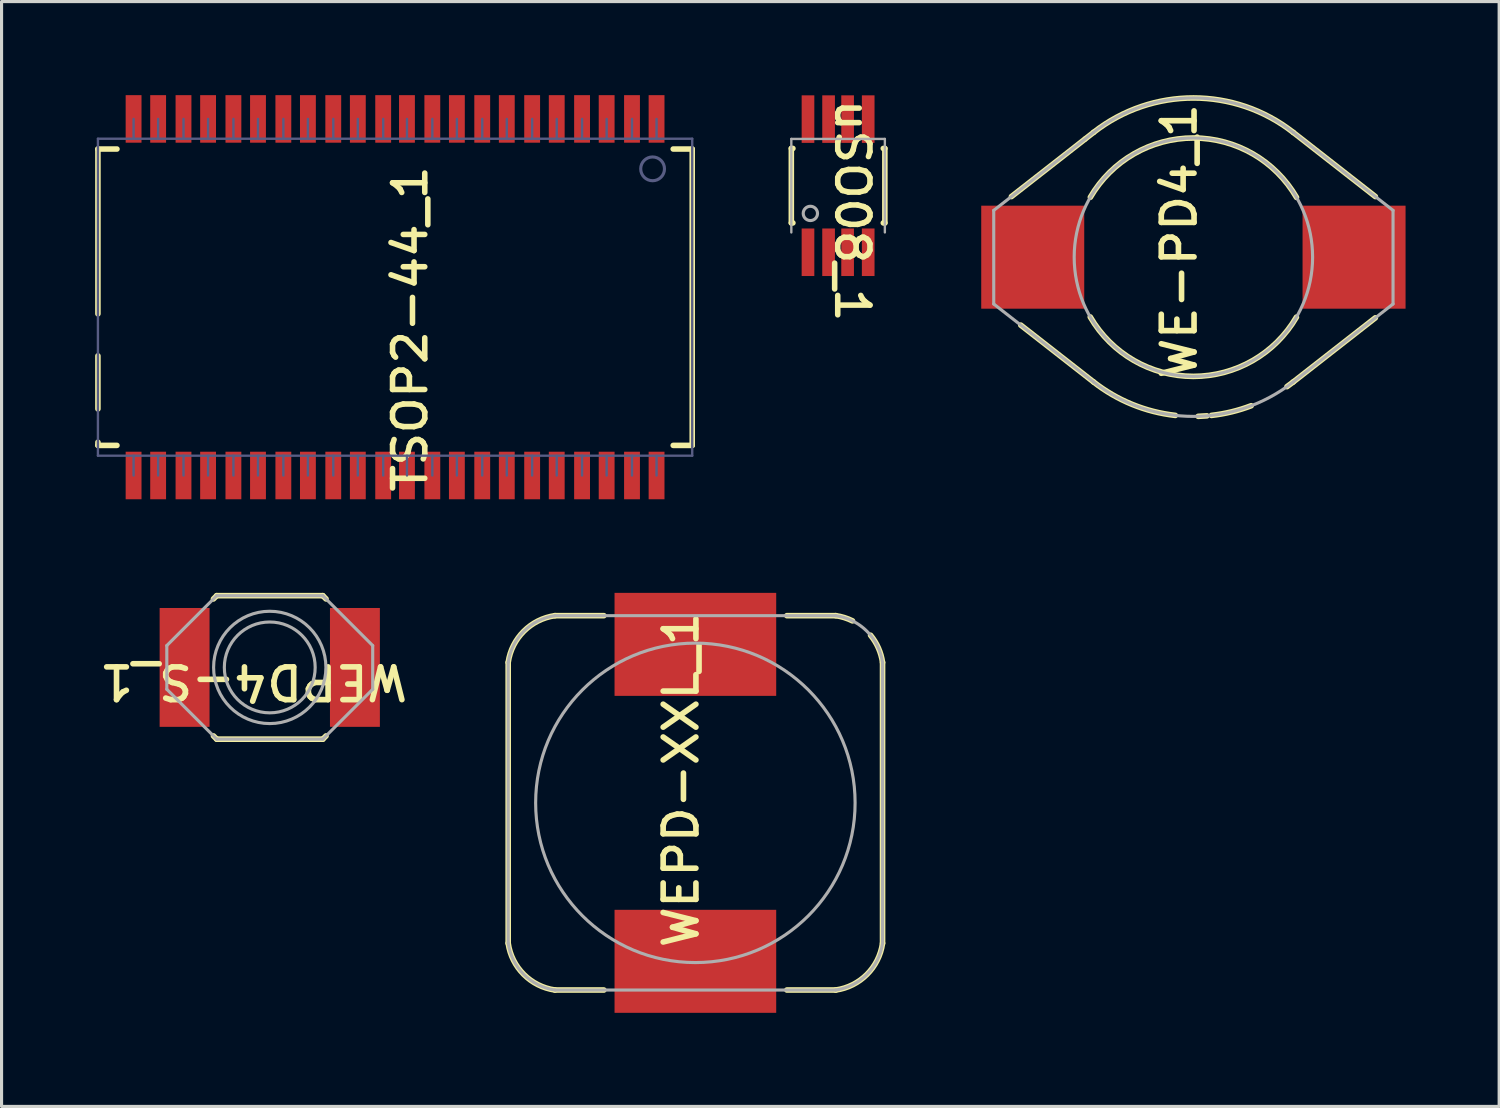
<source format=kicad_pcb>
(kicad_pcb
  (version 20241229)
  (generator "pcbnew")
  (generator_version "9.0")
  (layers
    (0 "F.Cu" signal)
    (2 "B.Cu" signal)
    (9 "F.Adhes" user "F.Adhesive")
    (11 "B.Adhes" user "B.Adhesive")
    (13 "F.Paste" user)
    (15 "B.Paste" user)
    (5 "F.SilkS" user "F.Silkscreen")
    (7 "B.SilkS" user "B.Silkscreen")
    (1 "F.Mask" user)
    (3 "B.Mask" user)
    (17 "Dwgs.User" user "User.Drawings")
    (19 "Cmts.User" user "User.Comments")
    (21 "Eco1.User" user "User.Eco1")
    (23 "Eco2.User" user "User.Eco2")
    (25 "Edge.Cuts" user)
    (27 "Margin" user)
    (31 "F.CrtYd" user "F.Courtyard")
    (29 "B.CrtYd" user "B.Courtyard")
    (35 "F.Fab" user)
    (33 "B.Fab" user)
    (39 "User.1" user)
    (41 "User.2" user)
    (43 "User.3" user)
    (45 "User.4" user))
  (footprint "WEPD-XXL_1"
    (layer "F.Cu")
    (at 19.24 22.685)
    (property "Reference" "WEPD-XXL_1" (at -0.459 -0.744 90) (unlocked yes) (layer "F.SilkS") (effects (font (size 1.05 1.104) (thickness 0.18))))
    (attr smd)
    (fp_line (start -6 4.5) (end -6 -4.5) (stroke (width 0.18) (type solid)) (layer "F.SilkS"))
    (fp_line (start -4.5 -6) (end -2.933 -6) (stroke (width 0.18) (type solid)) (layer "F.SilkS"))
    (fp_line (start -4.5 6) (end -2.933 6) (stroke (width 0.18) (type solid)) (layer "F.SilkS"))
    (fp_line (start 2.933 -6) (end 4.5 -6) (stroke (width 0.18) (type solid)) (layer "F.SilkS"))
    (fp_line (start 2.933 6) (end 4.5 6) (stroke (width 0.18) (type solid)) (layer "F.SilkS"))
    (fp_line (start 6 4.5) (end 6 -4.5) (stroke (width 0.18) (type solid)) (layer "F.SilkS"))
    (fp_arc (start -5.999678 -4.502211) (mid -5.49892 -5.501112) (end -4.499147 -6.000125) (stroke (width 0.18) (type solid)) (layer "F.SilkS"))
    (fp_arc (start -4.502203 5.999688) (mid -5.501109 5.498927) (end -6.000125 4.499148) (stroke (width 0.18) (type solid)) (layer "F.SilkS"))
    (fp_arc (start 4.499157 -6.000125) (mid 4.774278 -5.93825) (end 5.036058 -5.833413) (stroke (width 0.18) (type solid)) (layer "F.SilkS"))
    (fp_arc (start 5.616028 -5.372084) (mid 5.868059 -4.962013) (end 6.000125 -4.499157) (stroke (width 0.18) (type solid)) (layer "F.SilkS"))
    (fp_arc (start 5.999688 4.502203) (mid 5.498927 5.501109) (end 4.499148 6.000125) (stroke (width 0.18) (type solid)) (layer "F.SilkS"))
    (fp_line (start -6 4.5) (end -6 -4.5) (stroke (width 0.1) (type solid)) (layer "F.Fab"))
    (fp_line (start -4.5 -6) (end 4.5 -6) (stroke (width 0.1) (type solid)) (layer "F.Fab"))
    (fp_line (start -4.5 6) (end 4.5 6) (stroke (width 0.1) (type solid)) (layer "F.Fab"))
    (fp_line (start 6 4.5) (end 6 -4.5) (stroke (width 0.1) (type solid)) (layer "F.Fab"))
    (fp_arc (start -5.999678 -4.502211) (mid -5.49892 -5.501112) (end -4.499147 -6.000125) (stroke (width 0.1) (type solid)) (layer "F.Fab"))
    (fp_arc (start -4.502203 5.999688) (mid -5.501109 5.498927) (end -6.000125 4.499148) (stroke (width 0.1) (type solid)) (layer "F.Fab"))
    (fp_arc (start 4.502211 -5.999688) (mid 5.501112 -5.49893) (end 6.000125 -4.499157) (stroke (width 0.1) (type solid)) (layer "F.Fab"))
    (fp_arc (start 5.999688 4.502203) (mid 5.498927 5.501109) (end 4.499148 6.000125) (stroke (width 0.1) (type solid)) (layer "F.Fab"))
    (fp_circle (center 0 0) (end 5.12 0) (stroke (width 0.1) (type solid)) (fill no) (layer "F.Fab"))
    (pad "1" smd rect (at 0 5.08) (size 5.182 3.302) (layers "F.Cu" "F.Mask" "F.Paste"))
    (pad "2" smd rect (at 0 -5.08) (size 5.182 3.302) (layers "F.Cu" "F.Mask" "F.Paste")))
  (footprint "WE-PD4_1"
    (layer "F.Cu")
    (at 35.204 5.194)
    (property "Reference" "WE-PD4_1" (at -0.456 -0.511 90) (unlocked yes) (layer "F.SilkS") (effects (font (size 1.05 1.104) (thickness 0.18))))
    (attr smd)
    (fp_line (start -5.833 -1.943) (end -3.484 -3.778) (stroke (width 0.18) (type solid)) (layer "F.SilkS"))
    (fp_line (start -5.533 2.178) (end -3.2 4) (stroke (width 0.18) (type solid)) (layer "F.SilkS"))
    (fp_line (start -3.465 -3.793) (end -3.2 -4) (stroke (width 0.18) (type solid)) (layer "F.SilkS"))
    (fp_line (start 3.2 -4) (end 5.833 -1.943) (stroke (width 0.18) (type solid)) (layer "F.SilkS"))
    (fp_line (start 3.2 4) (end 5.833 1.943) (stroke (width 0.18) (type solid)) (layer "F.SilkS"))
    (fp_arc (start -3.302396 -1.922034) (mid 0.003324 -3.820989) (end 3.305725 -1.916268) (stroke (width 0.18) (type solid)) (layer "F.SilkS"))
    (fp_arc (start -3.195394 -4.003597) (mid 0.004529 -5.103858) (end 3.202527 -3.998014) (stroke (width 0.18) (type solid)) (layer "F.SilkS"))
    (fp_arc (start -0.578545 5.071514) (mid -1.965258 4.717401) (end -3.202533 3.998012) (stroke (width 0.18) (type solid)) (layer "F.SilkS"))
    (fp_arc (start 0.434303 5.085658) (mid 0.294246 5.095513) (end 0.153973 5.101576) (stroke (width 0.18) (type solid)) (layer "F.SilkS"))
    (fp_arc (start 1.851538 4.762368) (mid 1.224834 4.957265) (end 0.578545 5.071514) (stroke (width 0.18) (type solid)) (layer "F.SilkS"))
    (fp_arc (start 3.1954 4.003595) (mid 3.098155 4.077743) (end 2.999191 4.149579) (stroke (width 0.18) (type solid)) (layer "F.SilkS"))
    (fp_arc (start 3.302396 1.922024) (mid -0.003324 3.820979) (end -3.305725 1.916258) (stroke (width 0.18) (type solid)) (layer "F.SilkS"))
    (fp_line (start -6.4 -1.5) (end -3.2 -4) (stroke (width 0.1) (type solid)) (layer "F.Fab"))
    (fp_line (start -6.4 1.5) (end -6.4 -1.5) (stroke (width 0.1) (type solid)) (layer "F.Fab"))
    (fp_line (start -6.4 1.5) (end -3.2 4) (stroke (width 0.1) (type solid)) (layer "F.Fab"))
    (fp_line (start 3.2 -4) (end 6.4 -1.5) (stroke (width 0.1) (type solid)) (layer "F.Fab"))
    (fp_line (start 3.2 4) (end 6.4 1.5) (stroke (width 0.1) (type solid)) (layer "F.Fab"))
    (fp_line (start 6.4 1.5) (end 6.4 -1.5) (stroke (width 0.1) (type solid)) (layer "F.Fab"))
    (fp_arc (start -3.195394 -4.003597) (mid 0.004529 -5.103858) (end 3.202527 -3.998014) (stroke (width 0.1) (type solid)) (layer "F.Fab"))
    (fp_arc (start 3.1954 4.003595) (mid -0.004529 5.103858) (end -3.202533 3.998012) (stroke (width 0.1) (type solid)) (layer "F.Fab"))
    (fp_circle (center 0 0) (end 3.821 0) (stroke (width 0.1) (type solid)) (fill no) (layer "F.Fab"))
    (pad "1" smd rect (at -5.15 0) (size 3.302 3.302) (layers "F.Cu" "F.Mask" "F.Paste"))
    (pad "2" smd rect (at 5.15 0) (size 3.302 3.302) (layers "F.Cu" "F.Mask" "F.Paste")))
  (footprint "TSOP2-44_1"
    (layer "F.Cu")
    (at 9.614 6.477)
    (property "Reference" "TSOP2-44_1" (at 0.483 1.016 90) (unlocked yes) (layer "F.SilkS") (effects (font (size 1.033 1.087) (thickness 0.178))))
    (attr smd)
    (fp_line (start -9.525 -4.75) (end -9.525 0.533) (stroke (width 0.178) (type solid)) (layer "F.SilkS"))
    (fp_line (start -9.525 1.88) (end -9.525 3.581) (stroke (width 0.178) (type solid)) (layer "F.SilkS"))
    (fp_line (start -9.525 4.648) (end -9.525 4.75) (stroke (width 0.178) (type solid)) (layer "F.SilkS"))
    (fp_line (start -8.915 -4.75) (end -9.525 -4.75) (stroke (width 0.178) (type solid)) (layer "F.SilkS"))
    (fp_line (start -8.915 4.75) (end -9.525 4.75) (stroke (width 0.178) (type solid)) (layer "F.SilkS"))
    (fp_line (start 9.525 -4.75) (end 8.915 -4.75) (stroke (width 0.178) (type solid)) (layer "F.SilkS"))
    (fp_line (start 9.525 -4.75) (end 9.525 4.75) (stroke (width 0.178) (type solid)) (layer "F.SilkS"))
    (fp_line (start 9.525 4.75) (end 8.915 4.75) (stroke (width 0.178) (type solid)) (layer "F.SilkS"))
    (fp_line (start -9.525 -5.08) (end -9.525 5.08) (stroke (width 0.076) (type solid)) (layer "B.Fab"))
    (fp_line (start -8.382 -5.715) (end -8.382 -5.08) (stroke (width 0.076) (type solid)) (layer "B.Fab"))
    (fp_line (start -8.382 5.08) (end -8.382 5.715) (stroke (width 0.076) (type solid)) (layer "B.Fab"))
    (fp_line (start -7.595 -5.715) (end -7.595 -5.08) (stroke (width 0.076) (type solid)) (layer "B.Fab"))
    (fp_line (start -7.595 5.08) (end -7.595 5.715) (stroke (width 0.076) (type solid)) (layer "B.Fab"))
    (fp_line (start -6.782 -5.715) (end -6.782 -5.08) (stroke (width 0.076) (type solid)) (layer "B.Fab"))
    (fp_line (start -6.782 5.08) (end -6.782 5.715) (stroke (width 0.076) (type solid)) (layer "B.Fab"))
    (fp_line (start -5.994 -5.715) (end -5.994 -5.08) (stroke (width 0.076) (type solid)) (layer "B.Fab"))
    (fp_line (start -5.994 5.08) (end -5.994 5.715) (stroke (width 0.076) (type solid)) (layer "B.Fab"))
    (fp_line (start -5.182 -5.715) (end -5.182 -5.08) (stroke (width 0.076) (type solid)) (layer "B.Fab"))
    (fp_line (start -5.182 5.08) (end -5.182 5.715) (stroke (width 0.076) (type solid)) (layer "B.Fab"))
    (fp_line (start -4.394 -5.715) (end -4.394 -5.08) (stroke (width 0.076) (type solid)) (layer "B.Fab"))
    (fp_line (start -4.394 5.08) (end -4.394 5.715) (stroke (width 0.076) (type solid)) (layer "B.Fab"))
    (fp_line (start -3.581 -5.715) (end -3.581 -5.08) (stroke (width 0.076) (type solid)) (layer "B.Fab"))
    (fp_line (start -3.581 5.08) (end -3.581 5.715) (stroke (width 0.076) (type solid)) (layer "B.Fab"))
    (fp_line (start -2.794 -5.715) (end -2.794 -5.08) (stroke (width 0.076) (type solid)) (layer "B.Fab"))
    (fp_line (start -2.794 5.08) (end -2.794 5.715) (stroke (width 0.076) (type solid)) (layer "B.Fab"))
    (fp_line (start -1.981 -5.715) (end -1.981 -5.08) (stroke (width 0.076) (type solid)) (layer "B.Fab"))
    (fp_line (start -1.981 5.08) (end -1.981 5.715) (stroke (width 0.076) (type solid)) (layer "B.Fab"))
    (fp_line (start -1.194 -5.715) (end -1.194 -5.08) (stroke (width 0.076) (type solid)) (layer "B.Fab"))
    (fp_line (start -1.194 5.08) (end -1.194 5.715) (stroke (width 0.076) (type solid)) (layer "B.Fab"))
    (fp_line (start -0.381 -5.715) (end -0.381 -5.08) (stroke (width 0.076) (type solid)) (layer "B.Fab"))
    (fp_line (start -0.381 5.08) (end -0.381 5.715) (stroke (width 0.076) (type solid)) (layer "B.Fab"))
    (fp_line (start 0.381 -5.715) (end 0.381 -5.08) (stroke (width 0.076) (type solid)) (layer "B.Fab"))
    (fp_line (start 0.381 5.08) (end 0.381 5.715) (stroke (width 0.076) (type solid)) (layer "B.Fab"))
    (fp_line (start 1.194 -5.715) (end 1.194 -5.08) (stroke (width 0.076) (type solid)) (layer "B.Fab"))
    (fp_line (start 1.194 5.08) (end 1.194 5.715) (stroke (width 0.076) (type solid)) (layer "B.Fab"))
    (fp_line (start 1.981 -5.715) (end 1.981 -5.08) (stroke (width 0.076) (type solid)) (layer "B.Fab"))
    (fp_line (start 1.981 5.08) (end 1.981 5.715) (stroke (width 0.076) (type solid)) (layer "B.Fab"))
    (fp_line (start 2.794 -5.715) (end 2.794 -5.08) (stroke (width 0.076) (type solid)) (layer "B.Fab"))
    (fp_line (start 2.794 5.08) (end 2.794 5.715) (stroke (width 0.076) (type solid)) (layer "B.Fab"))
    (fp_line (start 3.581 -5.715) (end 3.581 -5.08) (stroke (width 0.076) (type solid)) (layer "B.Fab"))
    (fp_line (start 3.581 5.08) (end 3.581 5.715) (stroke (width 0.076) (type solid)) (layer "B.Fab"))
    (fp_line (start 4.394 -5.715) (end 4.394 -5.08) (stroke (width 0.076) (type solid)) (layer "B.Fab"))
    (fp_line (start 4.394 5.08) (end 4.394 5.715) (stroke (width 0.076) (type solid)) (layer "B.Fab"))
    (fp_line (start 5.182 -5.715) (end 5.182 -5.08) (stroke (width 0.076) (type solid)) (layer "B.Fab"))
    (fp_line (start 5.182 5.08) (end 5.182 5.715) (stroke (width 0.076) (type solid)) (layer "B.Fab"))
    (fp_line (start 5.994 -5.715) (end 5.994 -5.08) (stroke (width 0.076) (type solid)) (layer "B.Fab"))
    (fp_line (start 5.994 5.08) (end 5.994 5.715) (stroke (width 0.076) (type solid)) (layer "B.Fab"))
    (fp_line (start 6.782 -5.715) (end 6.782 -5.08) (stroke (width 0.076) (type solid)) (layer "B.Fab"))
    (fp_line (start 6.782 5.08) (end 6.782 5.715) (stroke (width 0.076) (type solid)) (layer "B.Fab"))
    (fp_line (start 7.595 -5.715) (end 7.595 -5.08) (stroke (width 0.076) (type solid)) (layer "B.Fab"))
    (fp_line (start 7.595 5.08) (end 7.595 5.715) (stroke (width 0.076) (type solid)) (layer "B.Fab"))
    (fp_line (start 8.382 -5.715) (end 8.382 -5.08) (stroke (width 0.076) (type solid)) (layer "B.Fab"))
    (fp_line (start 8.382 5.08) (end 8.382 5.715) (stroke (width 0.076) (type solid)) (layer "B.Fab"))
    (fp_line (start 9.525 -5.08) (end -9.525 -5.08) (stroke (width 0.076) (type solid)) (layer "B.Fab"))
    (fp_line (start 9.525 -5.08) (end 9.525 5.08) (stroke (width 0.076) (type solid)) (layer "B.Fab"))
    (fp_line (start 9.525 5.08) (end -9.525 5.08) (stroke (width 0.076) (type solid)) (layer "B.Fab"))
    (fp_arc (start 7.874 -4.1148) (mid 8.636 -4.1148) (end 7.874 -4.1148) (stroke (width 0.1) (type solid)) (layer "B.Fab"))
    (pad "1" smd rect (at 8.382 -5.715) (size 0.508 1.524) (layers "F.Cu" "F.Mask" "F.Paste"))
    (pad "2" smd rect (at 7.595 -5.715) (size 0.508 1.524) (layers "F.Cu" "F.Mask" "F.Paste"))
    (pad "3" smd rect (at 6.782 -5.715) (size 0.508 1.524) (layers "F.Cu" "F.Mask" "F.Paste"))
    (pad "4" smd rect (at 5.994 -5.715) (size 0.508 1.524) (layers "F.Cu" "F.Mask" "F.Paste"))
    (pad "5" smd rect (at 5.182 -5.715) (size 0.508 1.524) (layers "F.Cu" "F.Mask" "F.Paste"))
    (pad "6" smd rect (at 4.394 -5.715) (size 0.508 1.524) (layers "F.Cu" "F.Mask" "F.Paste"))
    (pad "7" smd rect (at 3.581 -5.715) (size 0.508 1.524) (layers "F.Cu" "F.Mask" "F.Paste"))
    (pad "8" smd rect (at 2.794 -5.715) (size 0.508 1.524) (layers "F.Cu" "F.Mask" "F.Paste"))
    (pad "9" smd rect (at 1.981 -5.715) (size 0.508 1.524) (layers "F.Cu" "F.Mask" "F.Paste"))
    (pad "10" smd rect (at 1.194 -5.715) (size 0.508 1.524) (layers "F.Cu" "F.Mask" "F.Paste"))
    (pad "11" smd rect (at 0.381 -5.715) (size 0.508 1.524) (layers "F.Cu" "F.Mask" "F.Paste"))
    (pad "12" smd rect (at -0.381 -5.715) (size 0.508 1.524) (layers "F.Cu" "F.Mask" "F.Paste"))
    (pad "13" smd rect (at -1.194 -5.715) (size 0.508 1.524) (layers "F.Cu" "F.Mask" "F.Paste"))
    (pad "14" smd rect (at -1.981 -5.715) (size 0.508 1.524) (layers "F.Cu" "F.Mask" "F.Paste"))
    (pad "15" smd rect (at -2.794 -5.715) (size 0.508 1.524) (layers "F.Cu" "F.Mask" "F.Paste"))
    (pad "16" smd rect (at -3.581 -5.715) (size 0.508 1.524) (layers "F.Cu" "F.Mask" "F.Paste"))
    (pad "17" smd rect (at -4.394 -5.715) (size 0.508 1.524) (layers "F.Cu" "F.Mask" "F.Paste"))
    (pad "18" smd rect (at -5.182 -5.715) (size 0.508 1.524) (layers "F.Cu" "F.Mask" "F.Paste"))
    (pad "19" smd rect (at -5.994 -5.715) (size 0.508 1.524) (layers "F.Cu" "F.Mask" "F.Paste"))
    (pad "20" smd rect (at -6.782 -5.715) (size 0.508 1.524) (layers "F.Cu" "F.Mask" "F.Paste"))
    (pad "21" smd rect (at -7.595 -5.715) (size 0.508 1.524) (layers "F.Cu" "F.Mask" "F.Paste"))
    (pad "22" smd rect (at -8.382 -5.715) (size 0.508 1.524) (layers "F.Cu" "F.Mask" "F.Paste"))
    (pad "23" smd rect (at -8.382 5.715) (size 0.508 1.524) (layers "F.Cu" "F.Mask" "F.Paste"))
    (pad "24" smd rect (at -7.595 5.715) (size 0.508 1.524) (layers "F.Cu" "F.Mask" "F.Paste"))
    (pad "25" smd rect (at -6.782 5.715) (size 0.508 1.524) (layers "F.Cu" "F.Mask" "F.Paste"))
    (pad "26" smd rect (at -5.994 5.715) (size 0.508 1.524) (layers "F.Cu" "F.Mask" "F.Paste"))
    (pad "27" smd rect (at -5.182 5.715) (size 0.508 1.524) (layers "F.Cu" "F.Mask" "F.Paste"))
    (pad "28" smd rect (at -4.394 5.715) (size 0.508 1.524) (layers "F.Cu" "F.Mask" "F.Paste"))
    (pad "29" smd rect (at -3.581 5.715) (size 0.508 1.524) (layers "F.Cu" "F.Mask" "F.Paste"))
    (pad "30" smd rect (at -2.794 5.715) (size 0.508 1.524) (layers "F.Cu" "F.Mask" "F.Paste"))
    (pad "31" smd rect (at -1.981 5.715) (size 0.508 1.524) (layers "F.Cu" "F.Mask" "F.Paste"))
    (pad "32" smd rect (at -1.194 5.715) (size 0.508 1.524) (layers "F.Cu" "F.Mask" "F.Paste"))
    (pad "33" smd rect (at -0.381 5.715) (size 0.508 1.524) (layers "F.Cu" "F.Mask" "F.Paste"))
    (pad "34" smd rect (at 0.381 5.715) (size 0.508 1.524) (layers "F.Cu" "F.Mask" "F.Paste"))
    (pad "35" smd rect (at 1.194 5.715) (size 0.508 1.524) (layers "F.Cu" "F.Mask" "F.Paste"))
    (pad "36" smd rect (at 1.981 5.715) (size 0.508 1.524) (layers "F.Cu" "F.Mask" "F.Paste"))
    (pad "37" smd rect (at 2.794 5.715) (size 0.508 1.524) (layers "F.Cu" "F.Mask" "F.Paste"))
    (pad "38" smd rect (at 3.581 5.715) (size 0.508 1.524) (layers "F.Cu" "F.Mask" "F.Paste"))
    (pad "39" smd rect (at 4.394 5.715) (size 0.508 1.524) (layers "F.Cu" "F.Mask" "F.Paste"))
    (pad "40" smd rect (at 5.182 5.715) (size 0.508 1.524) (layers "F.Cu" "F.Mask" "F.Paste"))
    (pad "41" smd rect (at 5.994 5.715) (size 0.508 1.524) (layers "F.Cu" "F.Mask" "F.Paste"))
    (pad "42" smd rect (at 6.782 5.715) (size 0.508 1.524) (layers "F.Cu" "F.Mask" "F.Paste"))
    (pad "43" smd rect (at 7.595 5.715) (size 0.508 1.524) (layers "F.Cu" "F.Mask" "F.Paste"))
    (pad "44" smd rect (at 8.382 5.715) (size 0.508 1.524) (layers "F.Cu" "F.Mask" "F.Paste")))
  (footprint "uSO08_1"
    (layer "F.Cu")
    (at 23.815 2.902)
    (property "Reference" "uSO08_1" (at 0.457 0.8 270) (unlocked yes) (layer "F.SilkS") (effects (font (size 1.033 1.087) (thickness 0.178))))
    (attr smd)
    (fp_line (start -1.499 -1.194) (end -1.448 -1.194) (stroke (width 0.178) (type solid)) (layer "F.SilkS"))
    (fp_line (start -1.499 1.194) (end -1.499 -1.194) (stroke (width 0.178) (type solid)) (layer "F.SilkS"))
    (fp_line (start -1.499 1.194) (end -1.448 1.194) (stroke (width 0.178) (type solid)) (layer "F.SilkS"))
    (fp_line (start 1.448 -1.194) (end 1.499 -1.194) (stroke (width 0.178) (type solid)) (layer "F.SilkS"))
    (fp_line (start 1.448 1.194) (end 1.499 1.194) (stroke (width 0.178) (type solid)) (layer "F.SilkS"))
    (fp_line (start 1.499 1.194) (end 1.499 -1.194) (stroke (width 0.178) (type solid)) (layer "F.SilkS"))
    (fp_line (start -1.499 -1.499) (end 1.499 -1.499) (stroke (width 0.076) (type solid)) (layer "F.Fab"))
    (fp_line (start -1.499 1.499) (end -1.499 -1.499) (stroke (width 0.076) (type solid)) (layer "F.Fab"))
    (fp_line (start 1.499 1.499) (end 1.499 -1.499) (stroke (width 0.076) (type solid)) (layer "F.Fab"))
    (fp_circle (center -0.889 0.889) (end -0.66 0.889) (stroke (width 0.1) (type solid)) (fill no) (layer "F.Fab"))
    (pad "1" smd rect (at -0.965 2.134) (size 0.406 1.524) (layers "F.Cu" "F.Mask" "F.Paste"))
    (pad "2" smd rect (at -0.305 2.134) (size 0.406 1.524) (layers "F.Cu" "F.Mask" "F.Paste"))
    (pad "3" smd rect (at 0.305 2.134) (size 0.406 1.524) (layers "F.Cu" "F.Mask" "F.Paste"))
    (pad "4" smd rect (at 0.965 2.134) (size 0.406 1.524) (layers "F.Cu" "F.Mask" "F.Paste"))
    (pad "5" smd rect (at 0.965 -2.134) (size 0.406 1.524) (layers "F.Cu" "F.Mask" "F.Paste"))
    (pad "6" smd rect (at 0.305 -2.134) (size 0.406 1.524) (layers "F.Cu" "F.Mask" "F.Paste"))
    (pad "7" smd rect (at -0.305 -2.134) (size 0.406 1.524) (layers "F.Cu" "F.Mask" "F.Paste"))
    (pad "8" smd rect (at -0.965 -2.134) (size 0.406 1.524) (layers "F.Cu" "F.Mask" "F.Paste")))
  (footprint "WEPD4-S_1"
    (layer "F.Cu")
    (at 5.597 18.344)
    (property "Reference" "WEPD4-S_1" (at -0.522 0.459 180) (unlocked yes) (layer "F.SilkS") (effects (font (size 1.05 1.104) (thickness 0.18))))
    (attr smd)
    (fp_line (start -1.804 -2.196) (end -1.7 -2.3) (stroke (width 0.18) (type solid)) (layer "F.SilkS"))
    (fp_line (start -1.804 2.196) (end -1.7 2.3) (stroke (width 0.18) (type solid)) (layer "F.SilkS"))
    (fp_line (start -1.7 -2.3) (end 1.7 -2.3) (stroke (width 0.18) (type solid)) (layer "F.SilkS"))
    (fp_line (start -1.7 2.3) (end 1.7 2.3) (stroke (width 0.18) (type solid)) (layer "F.SilkS"))
    (fp_line (start 1.7 -2.3) (end 1.804 -2.196) (stroke (width 0.18) (type solid)) (layer "F.SilkS"))
    (fp_line (start 1.7 2.3) (end 1.804 2.196) (stroke (width 0.18) (type solid)) (layer "F.SilkS"))
    (fp_line (start -3.3 -0.7) (end -1.7 -2.3) (stroke (width 0.1) (type solid)) (layer "F.Fab"))
    (fp_line (start -3.3 0.7) (end -3.3 -0.7) (stroke (width 0.1) (type solid)) (layer "F.Fab"))
    (fp_line (start -3.3 0.7) (end -1.7 2.3) (stroke (width 0.1) (type solid)) (layer "F.Fab"))
    (fp_line (start -1.7 -2.3) (end 1.7 -2.3) (stroke (width 0.1) (type solid)) (layer "F.Fab"))
    (fp_line (start -1.7 2.3) (end 1.7 2.3) (stroke (width 0.1) (type solid)) (layer "F.Fab"))
    (fp_line (start 1.7 -2.3) (end 3.3 -0.7) (stroke (width 0.1) (type solid)) (layer "F.Fab"))
    (fp_line (start 1.7 2.3) (end 3.3 0.7) (stroke (width 0.1) (type solid)) (layer "F.Fab"))
    (fp_line (start 3.3 0.7) (end 3.3 -0.7) (stroke (width 0.1) (type solid)) (layer "F.Fab"))
    (fp_circle (center 0 0) (end 1.456 0) (stroke (width 0.1) (type solid)) (fill no) (layer "F.Fab"))
    (fp_circle (center 0 0) (end 1.8 0) (stroke (width 0.1) (type solid)) (fill no) (layer "F.Fab"))
    (pad "1" smd rect (at -2.73 0) (size 1.6 3.81) (layers "F.Cu" "F.Mask" "F.Paste"))
    (pad "2" smd rect (at 2.73 0) (size 1.6 3.81) (layers "F.Cu" "F.Mask" "F.Paste")))
  (gr_rect
    (start -3 -3)
    (end 45.005 32.416)
    (stroke (width 0.1) (type default))
    (fill no)
    (layer "Edge.Cuts")))
</source>
